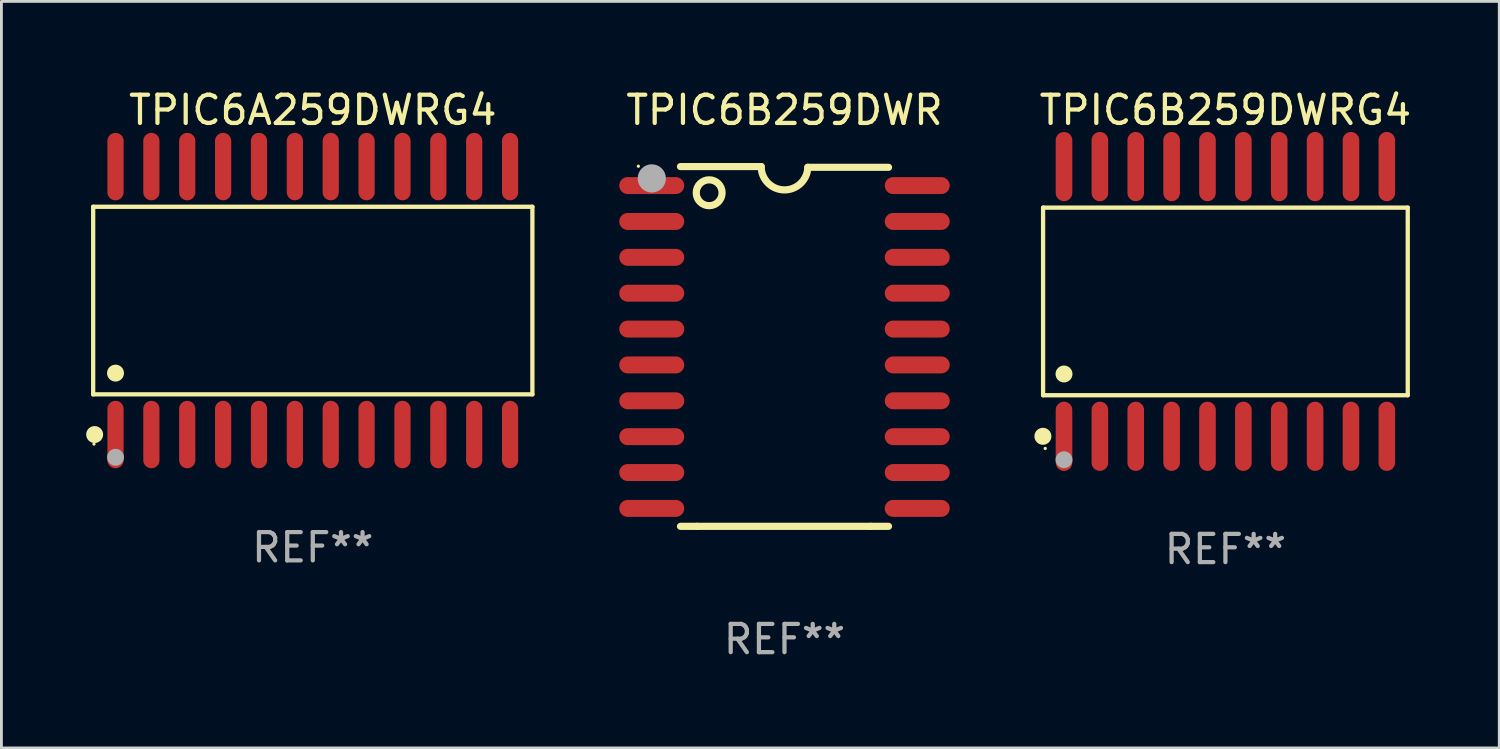
<source format=kicad_pcb>
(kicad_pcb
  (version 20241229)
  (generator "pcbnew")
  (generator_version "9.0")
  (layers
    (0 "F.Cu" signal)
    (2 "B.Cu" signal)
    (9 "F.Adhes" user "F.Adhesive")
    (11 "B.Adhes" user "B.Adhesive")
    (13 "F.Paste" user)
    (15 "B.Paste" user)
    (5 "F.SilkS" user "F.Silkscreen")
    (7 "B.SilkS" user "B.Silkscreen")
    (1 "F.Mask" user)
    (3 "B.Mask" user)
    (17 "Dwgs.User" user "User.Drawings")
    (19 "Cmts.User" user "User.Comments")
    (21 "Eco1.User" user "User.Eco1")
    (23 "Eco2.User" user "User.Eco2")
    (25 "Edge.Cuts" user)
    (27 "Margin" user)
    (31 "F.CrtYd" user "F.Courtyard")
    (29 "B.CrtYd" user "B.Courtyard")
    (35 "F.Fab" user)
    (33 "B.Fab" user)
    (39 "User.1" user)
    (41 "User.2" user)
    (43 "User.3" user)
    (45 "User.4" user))
  (footprint "TPIC6B259DWRG4"
    (layer "F.Cu")
    (at 40.339 7.623)
    (property "Reference" "TPIC6B259DWRG4" (at 0 -6.775 0) (layer "F.SilkS") (effects (font (size 1 1) (thickness 0.15))))
    (attr through_hole)
    (fp_line (start -6.456 -3.321) (end 6.456 -3.321) (stroke (width 0.152) (type solid)) (layer "F.SilkS"))
    (fp_line (start -6.456 3.321) (end -6.456 -3.321) (stroke (width 0.152) (type solid)) (layer "F.SilkS"))
    (fp_line (start 6.456 -3.321) (end 6.456 3.321) (stroke (width 0.152) (type solid)) (layer "F.SilkS"))
    (fp_line (start 6.456 3.321) (end -6.456 3.321) (stroke (width 0.152) (type solid)) (layer "F.SilkS"))
    (fp_circle (center -6.462 4.775) (end -6.311 4.775) (stroke (width 0.3) (type solid)) (fill no) (layer "F.SilkS"))
    (fp_circle (center -6.38 5.205) (end -6.35 5.205) (stroke (width 0.06) (type solid)) (fill no) (layer "F.SilkS"))
    (fp_circle (center -5.715 2.569) (end -5.565 2.569) (stroke (width 0.3) (type solid)) (fill no) (layer "F.SilkS"))
    (fp_circle (center -5.715 5.605) (end -5.565 5.605) (stroke (width 0.3) (type solid)) (fill no) (layer "F.Fab"))
    (fp_text user "REF**" (at 0 8.775 0) (layer "F.Fab") (effects (font (size 1 1) (thickness 0.15))))
    (pad "1" smd oval (at -5.715 4.775) (size 0.588 2.45) (layers "F.Cu" "F.Mask" "F.Paste"))
    (pad "2" smd oval (at -4.445 4.775) (size 0.588 2.45) (layers "F.Cu" "F.Mask" "F.Paste"))
    (pad "3" smd oval (at -3.175 4.775) (size 0.588 2.45) (layers "F.Cu" "F.Mask" "F.Paste"))
    (pad "4" smd oval (at -1.905 4.775) (size 0.588 2.45) (layers "F.Cu" "F.Mask" "F.Paste"))
    (pad "5" smd oval (at -0.635 4.775) (size 0.588 2.45) (layers "F.Cu" "F.Mask" "F.Paste"))
    (pad "6" smd oval (at 0.635 4.775) (size 0.588 2.45) (layers "F.Cu" "F.Mask" "F.Paste"))
    (pad "7" smd oval (at 1.905 4.775) (size 0.588 2.45) (layers "F.Cu" "F.Mask" "F.Paste"))
    (pad "8" smd oval (at 3.175 4.775) (size 0.588 2.45) (layers "F.Cu" "F.Mask" "F.Paste"))
    (pad "9" smd oval (at 4.445 4.775) (size 0.588 2.45) (layers "F.Cu" "F.Mask" "F.Paste"))
    (pad "10" smd oval (at 5.715 4.775) (size 0.588 2.45) (layers "F.Cu" "F.Mask" "F.Paste"))
    (pad "11" smd oval (at 5.715 -4.775) (size 0.588 2.45) (layers "F.Cu" "F.Mask" "F.Paste"))
    (pad "12" smd oval (at 4.445 -4.775) (size 0.588 2.45) (layers "F.Cu" "F.Mask" "F.Paste"))
    (pad "13" smd oval (at 3.175 -4.775) (size 0.588 2.45) (layers "F.Cu" "F.Mask" "F.Paste"))
    (pad "14" smd oval (at 1.905 -4.775) (size 0.588 2.45) (layers "F.Cu" "F.Mask" "F.Paste"))
    (pad "15" smd oval (at 0.635 -4.775) (size 0.588 2.45) (layers "F.Cu" "F.Mask" "F.Paste"))
    (pad "16" smd oval (at -0.635 -4.775) (size 0.588 2.45) (layers "F.Cu" "F.Mask" "F.Paste"))
    (pad "17" smd oval (at -1.905 -4.775) (size 0.588 2.45) (layers "F.Cu" "F.Mask" "F.Paste"))
    (pad "18" smd oval (at -3.175 -4.775) (size 0.588 2.45) (layers "F.Cu" "F.Mask" "F.Paste"))
    (pad "19" smd oval (at -4.445 -4.775) (size 0.588 2.45) (layers "F.Cu" "F.Mask" "F.Paste"))
    (pad "20" smd oval (at -5.715 -4.775) (size 0.588 2.45) (layers "F.Cu" "F.Mask" "F.Paste")))
  (footprint "TPIC6B259DWR"
    (layer "F.Cu")
    (at 24.727 9.217)
    (property "Reference" "TPIC6B259DWR" (at 0 -8.369 0) (layer "F.SilkS") (effects (font (size 1 1) (thickness 0.15))))
    (attr through_hole)
    (fp_line (start -3.096 6.369) (end -3.683 6.369) (stroke (width 0.254) (type solid)) (layer "F.SilkS"))
    (fp_line (start -0.825 -6.369) (end -3.683 -6.369) (stroke (width 0.254) (type solid)) (layer "F.SilkS"))
    (fp_line (start 0.826 -6.343) (end 3.683 -6.343) (stroke (width 0.254) (type solid)) (layer "F.SilkS"))
    (fp_line (start 3.048 6.369) (end -3.096 6.369) (stroke (width 0.254) (type solid)) (layer "F.SilkS"))
    (fp_line (start 3.048 6.369) (end 3.683 6.369) (stroke (width 0.254) (type solid)) (layer "F.SilkS"))
    (fp_arc (start 0.825527 -6.343129) (mid -0.012478 -5.543126) (end -0.825476 -6.36853) (stroke (width 0.254001) (type solid)) (layer "F.SilkS"))
    (fp_circle (center -5.175 -6.382) (end -5.145 -6.382) (stroke (width 0.06) (type solid)) (fill no) (layer "F.SilkS"))
    (fp_circle (center -2.667 -5.442) (end -2.209 -5.442) (stroke (width 0.254) (type solid)) (fill no) (layer "F.SilkS"))
    (fp_circle (center -4.699 -5.95) (end -4.449 -5.95) (stroke (width 0.5) (type solid)) (fill no) (layer "F.Fab"))
    (fp_text user "REF**" (at 0 10.369 0) (layer "F.Fab") (effects (font (size 1 1) (thickness 0.15))))
    (pad "1" smd oval (at -4.7 -5.696 90) (size 0.6 2.3) (layers "F.Cu" "F.Mask" "F.Paste"))
    (pad "2" smd oval (at -4.7 -4.426 90) (size 0.6 2.3) (layers "F.Cu" "F.Mask" "F.Paste"))
    (pad "3" smd oval (at -4.7 -3.156 90) (size 0.6 2.3) (layers "F.Cu" "F.Mask" "F.Paste"))
    (pad "4" smd oval (at -4.7 -1.886 90) (size 0.6 2.3) (layers "F.Cu" "F.Mask" "F.Paste"))
    (pad "5" smd oval (at -4.7 -0.616 90) (size 0.6 2.3) (layers "F.Cu" "F.Mask" "F.Paste"))
    (pad "6" smd oval (at -4.7 0.654 90) (size 0.6 2.3) (layers "F.Cu" "F.Mask" "F.Paste"))
    (pad "7" smd oval (at -4.7 1.924 90) (size 0.6 2.3) (layers "F.Cu" "F.Mask" "F.Paste"))
    (pad "8" smd oval (at -4.7 3.194 90) (size 0.6 2.3) (layers "F.Cu" "F.Mask" "F.Paste"))
    (pad "9" smd oval (at -4.7 4.464 90) (size 0.6 2.3) (layers "F.Cu" "F.Mask" "F.Paste"))
    (pad "10" smd oval (at -4.7 5.734 90) (size 0.6 2.3) (layers "F.Cu" "F.Mask" "F.Paste"))
    (pad "11" smd oval (at 4.7 5.734 90) (size 0.6 2.3) (layers "F.Cu" "F.Mask" "F.Paste"))
    (pad "12" smd oval (at 4.7 4.464 90) (size 0.6 2.3) (layers "F.Cu" "F.Mask" "F.Paste"))
    (pad "13" smd oval (at 4.7 3.194 90) (size 0.6 2.3) (layers "F.Cu" "F.Mask" "F.Paste"))
    (pad "14" smd oval (at 4.7 1.924 90) (size 0.6 2.3) (layers "F.Cu" "F.Mask" "F.Paste"))
    (pad "15" smd oval (at 4.7 0.654 90) (size 0.6 2.3) (layers "F.Cu" "F.Mask" "F.Paste"))
    (pad "16" smd oval (at 4.7 -0.616 90) (size 0.6 2.3) (layers "F.Cu" "F.Mask" "F.Paste"))
    (pad "17" smd oval (at 4.7 -1.886 90) (size 0.6 2.3) (layers "F.Cu" "F.Mask" "F.Paste"))
    (pad "18" smd oval (at 4.7 -3.156 90) (size 0.6 2.3) (layers "F.Cu" "F.Mask" "F.Paste"))
    (pad "19" smd oval (at 4.7 -4.426 90) (size 0.6 2.3) (layers "F.Cu" "F.Mask" "F.Paste"))
    (pad "20" smd oval (at 4.7 -5.696 90) (size 0.6 2.3) (layers "F.Cu" "F.Mask" "F.Paste")))
  (footprint "TPIC6A259DWRG4"
    (layer "F.Cu")
    (at 8.025 7.592)
    (property "Reference" "TPIC6A259DWRG4" (at 0 -6.744 0) (layer "F.SilkS") (effects (font (size 1 1) (thickness 0.15))))
    (attr through_hole)
    (fp_line (start -7.776 -3.321) (end 7.776 -3.321) (stroke (width 0.152) (type solid)) (layer "F.SilkS"))
    (fp_line (start -7.776 3.321) (end -7.776 -3.321) (stroke (width 0.152) (type solid)) (layer "F.SilkS"))
    (fp_line (start 7.776 -3.321) (end 7.776 3.321) (stroke (width 0.152) (type solid)) (layer "F.SilkS"))
    (fp_line (start 7.776 3.321) (end -7.776 3.321) (stroke (width 0.152) (type solid)) (layer "F.SilkS"))
    (fp_circle (center -7.747 5.08) (end -7.717 5.08) (stroke (width 0.06) (type solid)) (fill no) (layer "F.SilkS"))
    (fp_circle (center -7.724 4.744) (end -7.574 4.744) (stroke (width 0.3) (type solid)) (fill no) (layer "F.SilkS"))
    (fp_circle (center -6.985 2.569) (end -6.835 2.569) (stroke (width 0.3) (type solid)) (fill no) (layer "F.SilkS"))
    (fp_circle (center -6.985 5.55) (end -6.835 5.55) (stroke (width 0.3) (type solid)) (fill no) (layer "F.Fab"))
    (fp_text user "REF**" (at 0 8.744 0) (layer "F.Fab") (effects (font (size 1 1) (thickness 0.15))))
    (pad "1" smd oval (at -6.985 4.744) (size 0.574 2.388) (layers "F.Cu" "F.Mask" "F.Paste"))
    (pad "2" smd oval (at -5.715 4.744) (size 0.574 2.388) (layers "F.Cu" "F.Mask" "F.Paste"))
    (pad "3" smd oval (at -4.445 4.744) (size 0.574 2.388) (layers "F.Cu" "F.Mask" "F.Paste"))
    (pad "4" smd oval (at -3.175 4.744) (size 0.574 2.388) (layers "F.Cu" "F.Mask" "F.Paste"))
    (pad "5" smd oval (at -1.905 4.744) (size 0.574 2.388) (layers "F.Cu" "F.Mask" "F.Paste"))
    (pad "6" smd oval (at -0.635 4.744) (size 0.574 2.388) (layers "F.Cu" "F.Mask" "F.Paste"))
    (pad "7" smd oval (at 0.635 4.744) (size 0.574 2.388) (layers "F.Cu" "F.Mask" "F.Paste"))
    (pad "8" smd oval (at 1.905 4.744) (size 0.574 2.388) (layers "F.Cu" "F.Mask" "F.Paste"))
    (pad "9" smd oval (at 3.175 4.744) (size 0.574 2.388) (layers "F.Cu" "F.Mask" "F.Paste"))
    (pad "10" smd oval (at 4.445 4.744) (size 0.574 2.388) (layers "F.Cu" "F.Mask" "F.Paste"))
    (pad "11" smd oval (at 5.715 4.744) (size 0.574 2.388) (layers "F.Cu" "F.Mask" "F.Paste"))
    (pad "12" smd oval (at 6.985 4.744) (size 0.574 2.388) (layers "F.Cu" "F.Mask" "F.Paste"))
    (pad "13" smd oval (at 6.985 -4.744) (size 0.574 2.388) (layers "F.Cu" "F.Mask" "F.Paste"))
    (pad "14" smd oval (at 5.715 -4.744) (size 0.574 2.388) (layers "F.Cu" "F.Mask" "F.Paste"))
    (pad "15" smd oval (at 4.445 -4.744) (size 0.574 2.388) (layers "F.Cu" "F.Mask" "F.Paste"))
    (pad "16" smd oval (at 3.175 -4.744) (size 0.574 2.388) (layers "F.Cu" "F.Mask" "F.Paste"))
    (pad "17" smd oval (at 1.905 -4.744) (size 0.574 2.388) (layers "F.Cu" "F.Mask" "F.Paste"))
    (pad "18" smd oval (at 0.635 -4.744) (size 0.574 2.388) (layers "F.Cu" "F.Mask" "F.Paste"))
    (pad "19" smd oval (at -0.635 -4.744) (size 0.574 2.388) (layers "F.Cu" "F.Mask" "F.Paste"))
    (pad "20" smd oval (at -1.905 -4.744) (size 0.574 2.388) (layers "F.Cu" "F.Mask" "F.Paste"))
    (pad "21" smd oval (at -3.175 -4.744) (size 0.574 2.388) (layers "F.Cu" "F.Mask" "F.Paste"))
    (pad "22" smd oval (at -4.445 -4.744) (size 0.574 2.388) (layers "F.Cu" "F.Mask" "F.Paste"))
    (pad "23" smd oval (at -5.715 -4.744) (size 0.574 2.388) (layers "F.Cu" "F.Mask" "F.Paste"))
    (pad "24" smd oval (at -6.985 -4.744) (size 0.574 2.388) (layers "F.Cu" "F.Mask" "F.Paste")))
  (gr_rect
    (start -3 -3)
    (end 50.035 23.434)
    (stroke (width 0.1) (type default))
    (fill no)
    (layer "Edge.Cuts")))
</source>
